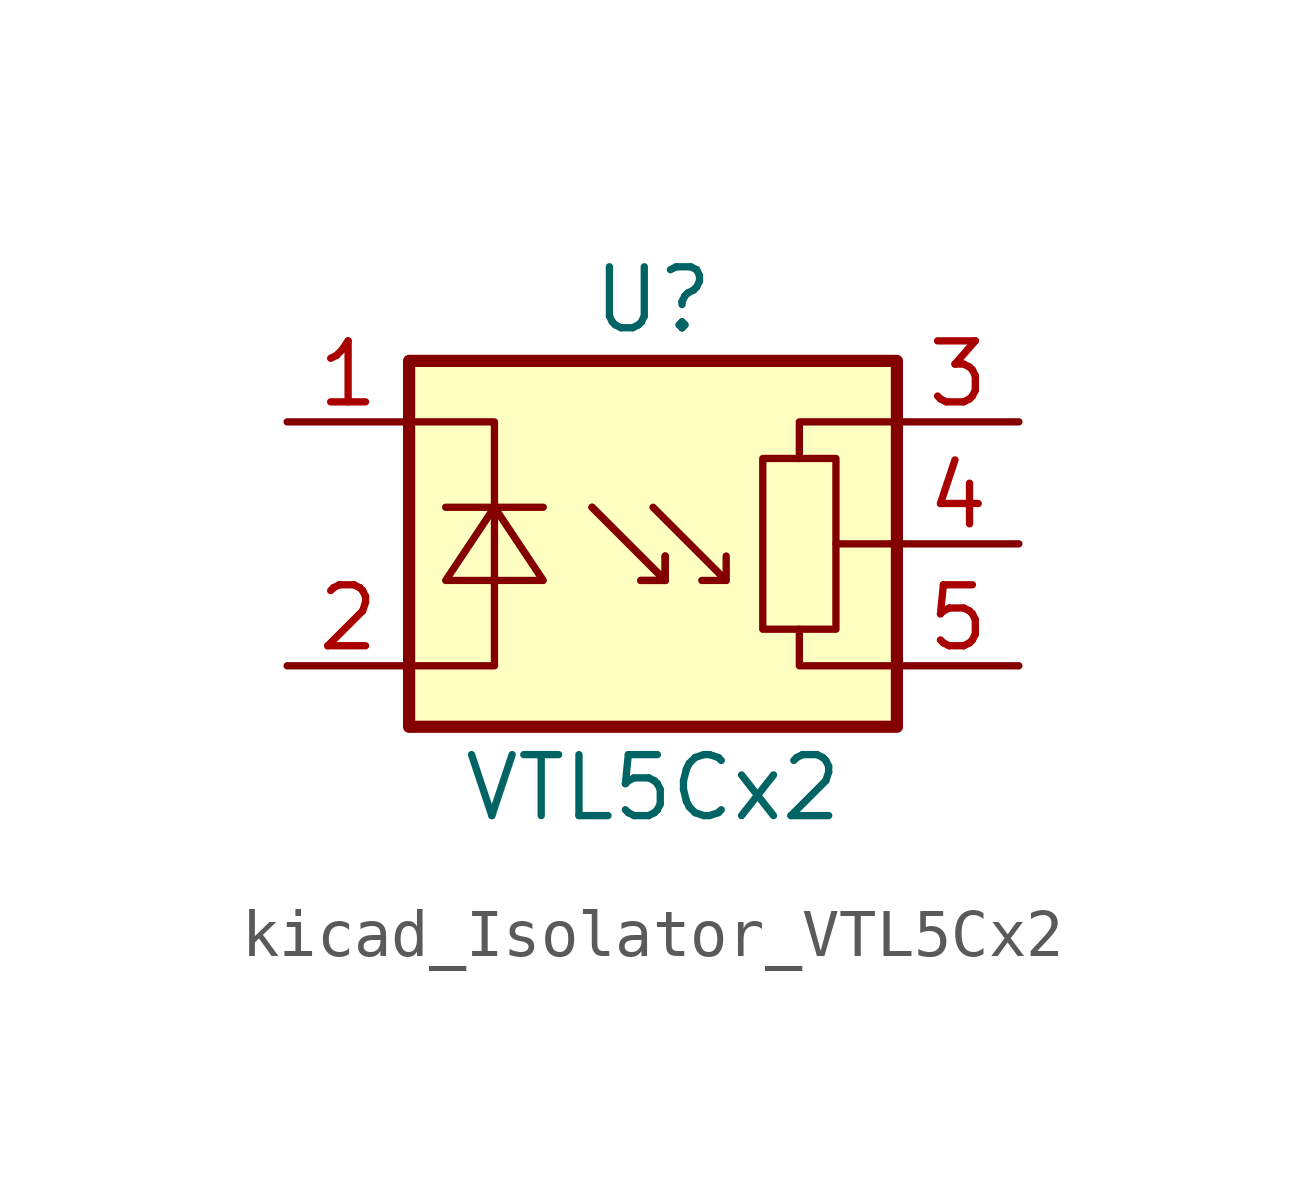
<source format=kicad_sym>
(kicad_symbol_lib
  (version 20220914)
  (generator kicad_symbol_editor)
  (symbol "kicad_Isolator_VTL5Cx2"
    (pin_names
      (offset 1.016) hide)
    (property "Reference" "U"
      (at 0 5.08 0)
      (effects (font (size 1.27 1.27))))
    (property "Value" "VTL5Cx2"
      (at 0 -5.08 0)
      (effects (font (size 1.27 1.27))))
    (symbol "kicad_Isolator_VTL5Cx2_0_1"
      (rectangle (start -5.08 3.81) (end 5.08 -3.81) (stroke (width 0.254) (type default)) (fill (type background)))
      (polyline (pts (xy -4.318 0.762) (xy -2.286 0.762)) (stroke (width 0) (type default)) (fill (type none)))
      (polyline (pts (xy -1.27 0.762) (xy 0.254 -0.762)) (stroke (width 0) (type default)) (fill (type none)))
      (polyline (pts (xy -1.27 0.762) (xy 0.254 -0.762)) (stroke (width 0) (type default)) (fill (type none)))
      (polyline (pts (xy 0 0.762) (xy 1.524 -0.762)) (stroke (width 0) (type default)) (fill (type none)))
      (polyline (pts (xy 5.08 0) (xy 3.81 0)) (stroke (width 0) (type default)) (fill (type none)))
      (polyline (pts (xy 0.254 -0.254) (xy 0.254 -0.762) (xy -0.254 -0.762)) (stroke (width 0) (type default)) (fill (type none)))
      (polyline (pts (xy 0.254 -0.254) (xy 0.254 -0.762) (xy -0.254 -0.762)) (stroke (width 0) (type default)) (fill (type none)))
      (polyline (pts (xy 1.524 -0.254) (xy 1.524 -0.762) (xy 1.016 -0.762)) (stroke (width 0) (type default)) (fill (type none)))
      (polyline (pts (xy 3.048 -1.778) (xy 3.048 -2.54) (xy 5.08 -2.54)) (stroke (width 0) (type default)) (fill (type none)))
      (polyline (pts (xy 3.048 1.778) (xy 3.048 2.54) (xy 5.08 2.54)) (stroke (width 0) (type default)) (fill (type none)))
      (polyline (pts (xy -5.08 -2.54) (xy -3.302 -2.54) (xy -3.302 2.54) (xy -5.08 2.54)) (stroke (width 0) (type default)) (fill (type none)))
      (rectangle (start 2.286 1.778) (end 3.81 -1.778) (stroke (width 0) (type default)) (fill (type none))))
    (symbol "kicad_Isolator_VTL5Cx2_1_1"
      (polyline (pts (xy -4.318 -0.762) (xy -3.302 0.762) (xy -2.286 -0.762) (xy -4.318 -0.762)) (stroke (width 0) (type default)) (fill (type none)))
      (pin passive line (at -7.62 2.54 0) (length 2.54) (name "-" (effects (font (size 1.27 1.27)))) (number "1" (effects (font (size 1.27 1.27)))))
      (pin passive line (at -7.62 -2.54 0) (length 2.54) (name "+" (effects (font (size 1.27 1.27)))) (number "2" (effects (font (size 1.27 1.27)))))
      (pin passive line (at 7.62 2.54 180) (length 2.54) (name "~" (effects (font (size 1.27 1.27)))) (number "3" (effects (font (size 1.27 1.27)))))
      (pin passive line (at 7.62 0 180) (length 2.54) (name "~" (effects (font (size 1.27 1.27)))) (number "4" (effects (font (size 1.27 1.27)))))
      (pin passive line (at 7.62 -2.54 180) (length 2.54) (name "~" (effects (font (size 1.27 1.27)))) (number "5" (effects (font (size 1.27 1.27))))))))
</source>
